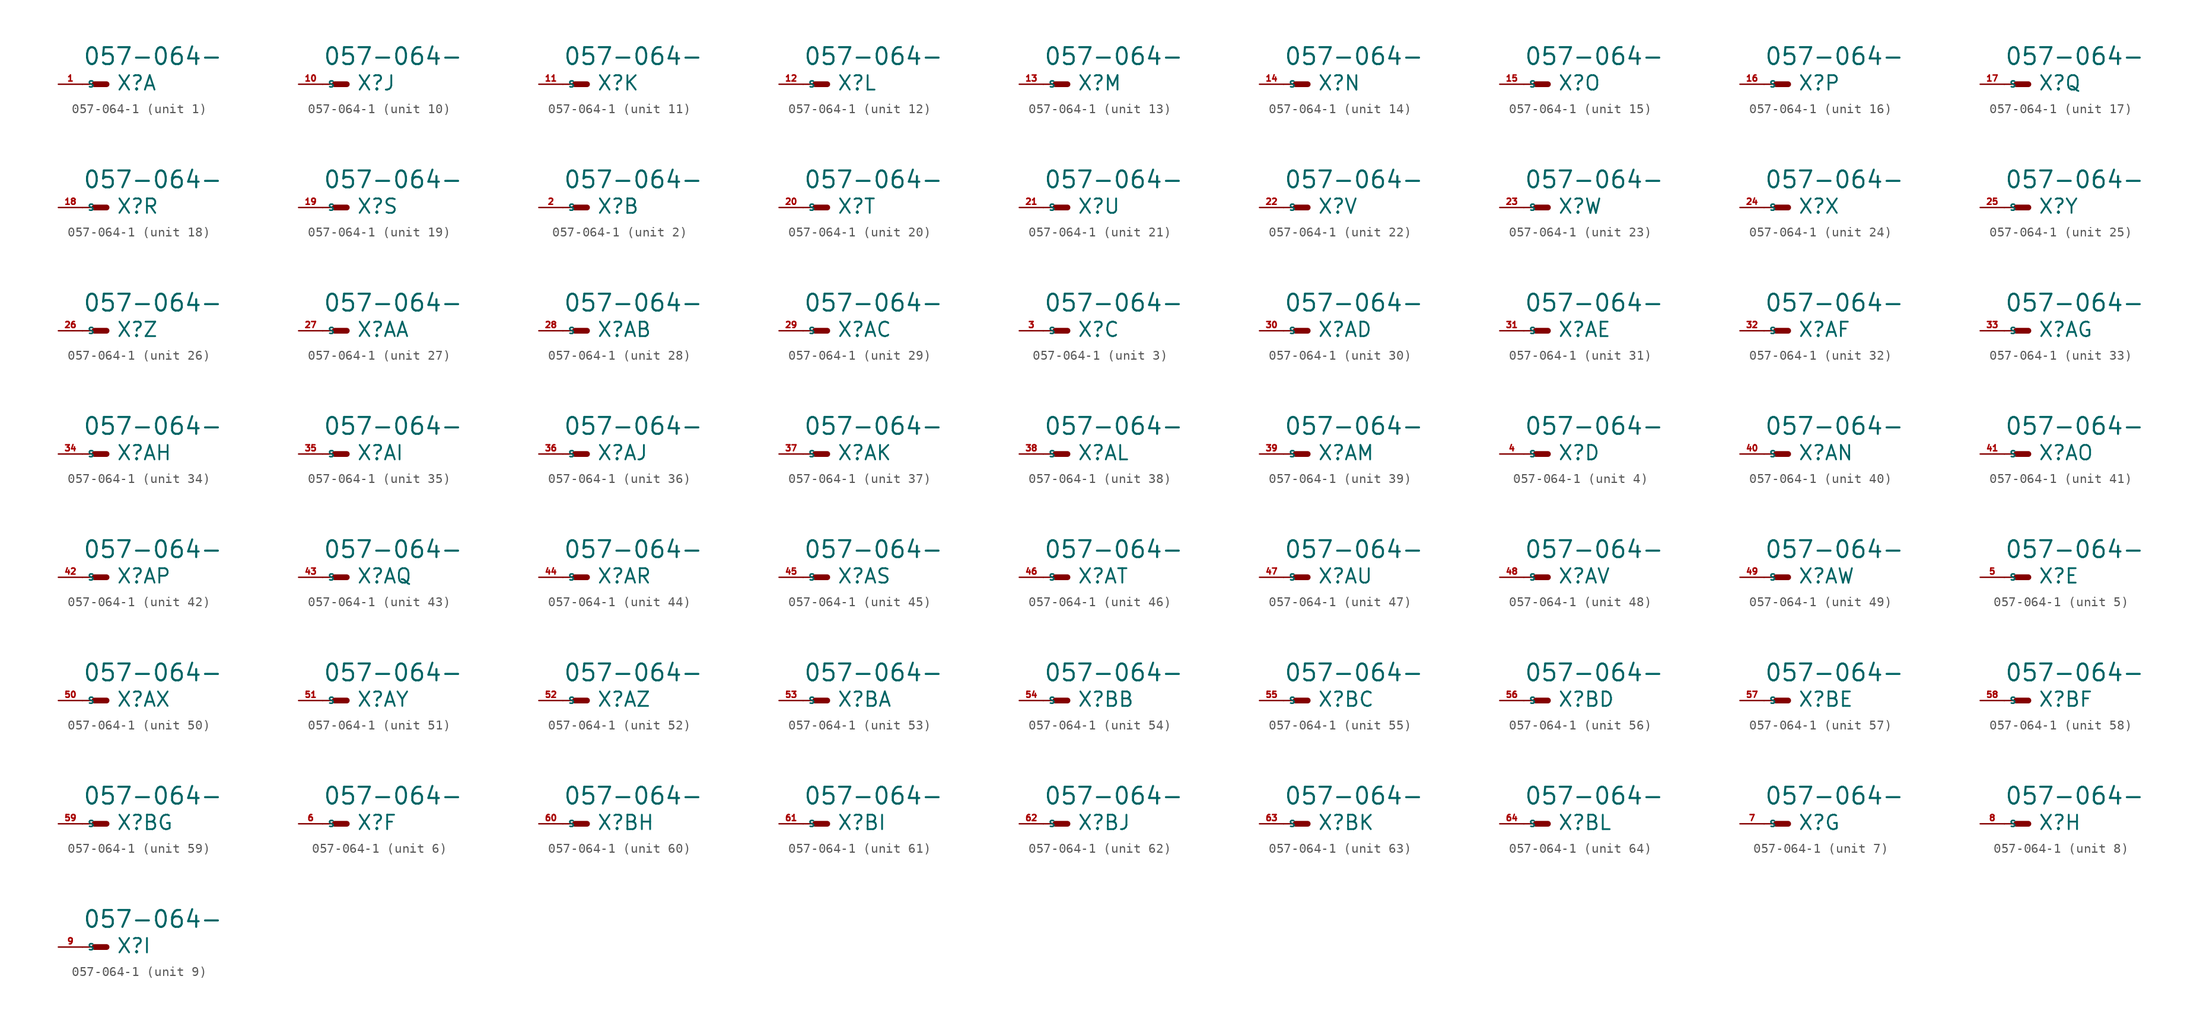
<source format=kicad_sym>
(kicad_symbol_lib
  (version 20220914)
  (generator Eagle2Kicad)
  (symbol "057-064-1"
    (property "Reference" "X"
      (at 1.016 -0.762 0)
      (effects (font (size 1.524 1.524) (thickness 0.19)) (justify left bottom)))
    (property "Value" "057-064-"
      (at -2.54 1.905 0)
      (effects (font (size 1.778 1.778) (thickness 0.22)) (justify left bottom)))
    (symbol "057-064-1_1_0"
      (polyline (pts (xy 0 0) (xy -1.27 0)) (stroke (width 0.61) (type default)) (fill (type none)))
      (polyline (pts (xy -2.54 0) (xy -1.27 0)) (stroke (width 0.152) (type default)) (fill (type none)))
      (pin passive line (at -5.08 0 0) (length 2.54) (name "S" (effects (font (size 0.635 0.635) (thickness 0.08)) (justify left bottom))) (number "1" (effects (font (size 0.635 0.635) (thickness 0.08)) (justify left bottom)))))
    (symbol "057-064-1_2_0"
      (polyline (pts (xy 0 0) (xy -1.27 0)) (stroke (width 0.61) (type default)) (fill (type none)))
      (polyline (pts (xy -2.54 0) (xy -1.27 0)) (stroke (width 0.152) (type default)) (fill (type none)))
      (pin passive line (at -5.08 0 0) (length 2.54) (name "S" (effects (font (size 0.635 0.635) (thickness 0.08)) (justify left bottom))) (number "2" (effects (font (size 0.635 0.635) (thickness 0.08)) (justify left bottom)))))
    (symbol "057-064-1_3_0"
      (polyline (pts (xy 0 0) (xy -1.27 0)) (stroke (width 0.61) (type default)) (fill (type none)))
      (polyline (pts (xy -2.54 0) (xy -1.27 0)) (stroke (width 0.152) (type default)) (fill (type none)))
      (pin passive line (at -5.08 0 0) (length 2.54) (name "S" (effects (font (size 0.635 0.635) (thickness 0.08)) (justify left bottom))) (number "3" (effects (font (size 0.635 0.635) (thickness 0.08)) (justify left bottom)))))
    (symbol "057-064-1_4_0"
      (polyline (pts (xy 0 0) (xy -1.27 0)) (stroke (width 0.61) (type default)) (fill (type none)))
      (polyline (pts (xy -2.54 0) (xy -1.27 0)) (stroke (width 0.152) (type default)) (fill (type none)))
      (pin passive line (at -5.08 0 0) (length 2.54) (name "S" (effects (font (size 0.635 0.635) (thickness 0.08)) (justify left bottom))) (number "4" (effects (font (size 0.635 0.635) (thickness 0.08)) (justify left bottom)))))
    (symbol "057-064-1_5_0"
      (polyline (pts (xy 0 0) (xy -1.27 0)) (stroke (width 0.61) (type default)) (fill (type none)))
      (polyline (pts (xy -2.54 0) (xy -1.27 0)) (stroke (width 0.152) (type default)) (fill (type none)))
      (pin passive line (at -5.08 0 0) (length 2.54) (name "S" (effects (font (size 0.635 0.635) (thickness 0.08)) (justify left bottom))) (number "5" (effects (font (size 0.635 0.635) (thickness 0.08)) (justify left bottom)))))
    (symbol "057-064-1_6_0"
      (polyline (pts (xy 0 0) (xy -1.27 0)) (stroke (width 0.61) (type default)) (fill (type none)))
      (polyline (pts (xy -2.54 0) (xy -1.27 0)) (stroke (width 0.152) (type default)) (fill (type none)))
      (pin passive line (at -5.08 0 0) (length 2.54) (name "S" (effects (font (size 0.635 0.635) (thickness 0.08)) (justify left bottom))) (number "6" (effects (font (size 0.635 0.635) (thickness 0.08)) (justify left bottom)))))
    (symbol "057-064-1_7_0"
      (polyline (pts (xy 0 0) (xy -1.27 0)) (stroke (width 0.61) (type default)) (fill (type none)))
      (polyline (pts (xy -2.54 0) (xy -1.27 0)) (stroke (width 0.152) (type default)) (fill (type none)))
      (pin passive line (at -5.08 0 0) (length 2.54) (name "S" (effects (font (size 0.635 0.635) (thickness 0.08)) (justify left bottom))) (number "7" (effects (font (size 0.635 0.635) (thickness 0.08)) (justify left bottom)))))
    (symbol "057-064-1_8_0"
      (polyline (pts (xy 0 0) (xy -1.27 0)) (stroke (width 0.61) (type default)) (fill (type none)))
      (polyline (pts (xy -2.54 0) (xy -1.27 0)) (stroke (width 0.152) (type default)) (fill (type none)))
      (pin passive line (at -5.08 0 0) (length 2.54) (name "S" (effects (font (size 0.635 0.635) (thickness 0.08)) (justify left bottom))) (number "8" (effects (font (size 0.635 0.635) (thickness 0.08)) (justify left bottom)))))
    (symbol "057-064-1_9_0"
      (polyline (pts (xy 0 0) (xy -1.27 0)) (stroke (width 0.61) (type default)) (fill (type none)))
      (polyline (pts (xy -2.54 0) (xy -1.27 0)) (stroke (width 0.152) (type default)) (fill (type none)))
      (pin passive line (at -5.08 0 0) (length 2.54) (name "S" (effects (font (size 0.635 0.635) (thickness 0.08)) (justify left bottom))) (number "9" (effects (font (size 0.635 0.635) (thickness 0.08)) (justify left bottom)))))
    (symbol "057-064-1_10_0"
      (polyline (pts (xy 0 0) (xy -1.27 0)) (stroke (width 0.61) (type default)) (fill (type none)))
      (polyline (pts (xy -2.54 0) (xy -1.27 0)) (stroke (width 0.152) (type default)) (fill (type none)))
      (pin passive line (at -5.08 0 0) (length 2.54) (name "S" (effects (font (size 0.635 0.635) (thickness 0.08)) (justify left bottom))) (number "10" (effects (font (size 0.635 0.635) (thickness 0.08)) (justify left bottom)))))
    (symbol "057-064-1_11_0"
      (polyline (pts (xy 0 0) (xy -1.27 0)) (stroke (width 0.61) (type default)) (fill (type none)))
      (polyline (pts (xy -2.54 0) (xy -1.27 0)) (stroke (width 0.152) (type default)) (fill (type none)))
      (pin passive line (at -5.08 0 0) (length 2.54) (name "S" (effects (font (size 0.635 0.635) (thickness 0.08)) (justify left bottom))) (number "11" (effects (font (size 0.635 0.635) (thickness 0.08)) (justify left bottom)))))
    (symbol "057-064-1_12_0"
      (polyline (pts (xy 0 0) (xy -1.27 0)) (stroke (width 0.61) (type default)) (fill (type none)))
      (polyline (pts (xy -2.54 0) (xy -1.27 0)) (stroke (width 0.152) (type default)) (fill (type none)))
      (pin passive line (at -5.08 0 0) (length 2.54) (name "S" (effects (font (size 0.635 0.635) (thickness 0.08)) (justify left bottom))) (number "12" (effects (font (size 0.635 0.635) (thickness 0.08)) (justify left bottom)))))
    (symbol "057-064-1_13_0"
      (polyline (pts (xy 0 0) (xy -1.27 0)) (stroke (width 0.61) (type default)) (fill (type none)))
      (polyline (pts (xy -2.54 0) (xy -1.27 0)) (stroke (width 0.152) (type default)) (fill (type none)))
      (pin passive line (at -5.08 0 0) (length 2.54) (name "S" (effects (font (size 0.635 0.635) (thickness 0.08)) (justify left bottom))) (number "13" (effects (font (size 0.635 0.635) (thickness 0.08)) (justify left bottom)))))
    (symbol "057-064-1_14_0"
      (polyline (pts (xy 0 0) (xy -1.27 0)) (stroke (width 0.61) (type default)) (fill (type none)))
      (polyline (pts (xy -2.54 0) (xy -1.27 0)) (stroke (width 0.152) (type default)) (fill (type none)))
      (pin passive line (at -5.08 0 0) (length 2.54) (name "S" (effects (font (size 0.635 0.635) (thickness 0.08)) (justify left bottom))) (number "14" (effects (font (size 0.635 0.635) (thickness 0.08)) (justify left bottom)))))
    (symbol "057-064-1_15_0"
      (polyline (pts (xy 0 0) (xy -1.27 0)) (stroke (width 0.61) (type default)) (fill (type none)))
      (polyline (pts (xy -2.54 0) (xy -1.27 0)) (stroke (width 0.152) (type default)) (fill (type none)))
      (pin passive line (at -5.08 0 0) (length 2.54) (name "S" (effects (font (size 0.635 0.635) (thickness 0.08)) (justify left bottom))) (number "15" (effects (font (size 0.635 0.635) (thickness 0.08)) (justify left bottom)))))
    (symbol "057-064-1_16_0"
      (polyline (pts (xy 0 0) (xy -1.27 0)) (stroke (width 0.61) (type default)) (fill (type none)))
      (polyline (pts (xy -2.54 0) (xy -1.27 0)) (stroke (width 0.152) (type default)) (fill (type none)))
      (pin passive line (at -5.08 0 0) (length 2.54) (name "S" (effects (font (size 0.635 0.635) (thickness 0.08)) (justify left bottom))) (number "16" (effects (font (size 0.635 0.635) (thickness 0.08)) (justify left bottom)))))
    (symbol "057-064-1_17_0"
      (polyline (pts (xy 0 0) (xy -1.27 0)) (stroke (width 0.61) (type default)) (fill (type none)))
      (polyline (pts (xy -2.54 0) (xy -1.27 0)) (stroke (width 0.152) (type default)) (fill (type none)))
      (pin passive line (at -5.08 0 0) (length 2.54) (name "S" (effects (font (size 0.635 0.635) (thickness 0.08)) (justify left bottom))) (number "17" (effects (font (size 0.635 0.635) (thickness 0.08)) (justify left bottom)))))
    (symbol "057-064-1_18_0"
      (polyline (pts (xy 0 0) (xy -1.27 0)) (stroke (width 0.61) (type default)) (fill (type none)))
      (polyline (pts (xy -2.54 0) (xy -1.27 0)) (stroke (width 0.152) (type default)) (fill (type none)))
      (pin passive line (at -5.08 0 0) (length 2.54) (name "S" (effects (font (size 0.635 0.635) (thickness 0.08)) (justify left bottom))) (number "18" (effects (font (size 0.635 0.635) (thickness 0.08)) (justify left bottom)))))
    (symbol "057-064-1_19_0"
      (polyline (pts (xy 0 0) (xy -1.27 0)) (stroke (width 0.61) (type default)) (fill (type none)))
      (polyline (pts (xy -2.54 0) (xy -1.27 0)) (stroke (width 0.152) (type default)) (fill (type none)))
      (pin passive line (at -5.08 0 0) (length 2.54) (name "S" (effects (font (size 0.635 0.635) (thickness 0.08)) (justify left bottom))) (number "19" (effects (font (size 0.635 0.635) (thickness 0.08)) (justify left bottom)))))
    (symbol "057-064-1_20_0"
      (polyline (pts (xy 0 0) (xy -1.27 0)) (stroke (width 0.61) (type default)) (fill (type none)))
      (polyline (pts (xy -2.54 0) (xy -1.27 0)) (stroke (width 0.152) (type default)) (fill (type none)))
      (pin passive line (at -5.08 0 0) (length 2.54) (name "S" (effects (font (size 0.635 0.635) (thickness 0.08)) (justify left bottom))) (number "20" (effects (font (size 0.635 0.635) (thickness 0.08)) (justify left bottom)))))
    (symbol "057-064-1_21_0"
      (polyline (pts (xy 0 0) (xy -1.27 0)) (stroke (width 0.61) (type default)) (fill (type none)))
      (polyline (pts (xy -2.54 0) (xy -1.27 0)) (stroke (width 0.152) (type default)) (fill (type none)))
      (pin passive line (at -5.08 0 0) (length 2.54) (name "S" (effects (font (size 0.635 0.635) (thickness 0.08)) (justify left bottom))) (number "21" (effects (font (size 0.635 0.635) (thickness 0.08)) (justify left bottom)))))
    (symbol "057-064-1_22_0"
      (polyline (pts (xy 0 0) (xy -1.27 0)) (stroke (width 0.61) (type default)) (fill (type none)))
      (polyline (pts (xy -2.54 0) (xy -1.27 0)) (stroke (width 0.152) (type default)) (fill (type none)))
      (pin passive line (at -5.08 0 0) (length 2.54) (name "S" (effects (font (size 0.635 0.635) (thickness 0.08)) (justify left bottom))) (number "22" (effects (font (size 0.635 0.635) (thickness 0.08)) (justify left bottom)))))
    (symbol "057-064-1_23_0"
      (polyline (pts (xy 0 0) (xy -1.27 0)) (stroke (width 0.61) (type default)) (fill (type none)))
      (polyline (pts (xy -2.54 0) (xy -1.27 0)) (stroke (width 0.152) (type default)) (fill (type none)))
      (pin passive line (at -5.08 0 0) (length 2.54) (name "S" (effects (font (size 0.635 0.635) (thickness 0.08)) (justify left bottom))) (number "23" (effects (font (size 0.635 0.635) (thickness 0.08)) (justify left bottom)))))
    (symbol "057-064-1_24_0"
      (polyline (pts (xy 0 0) (xy -1.27 0)) (stroke (width 0.61) (type default)) (fill (type none)))
      (polyline (pts (xy -2.54 0) (xy -1.27 0)) (stroke (width 0.152) (type default)) (fill (type none)))
      (pin passive line (at -5.08 0 0) (length 2.54) (name "S" (effects (font (size 0.635 0.635) (thickness 0.08)) (justify left bottom))) (number "24" (effects (font (size 0.635 0.635) (thickness 0.08)) (justify left bottom)))))
    (symbol "057-064-1_25_0"
      (polyline (pts (xy 0 0) (xy -1.27 0)) (stroke (width 0.61) (type default)) (fill (type none)))
      (polyline (pts (xy -2.54 0) (xy -1.27 0)) (stroke (width 0.152) (type default)) (fill (type none)))
      (pin passive line (at -5.08 0 0) (length 2.54) (name "S" (effects (font (size 0.635 0.635) (thickness 0.08)) (justify left bottom))) (number "25" (effects (font (size 0.635 0.635) (thickness 0.08)) (justify left bottom)))))
    (symbol "057-064-1_26_0"
      (polyline (pts (xy 0 0) (xy -1.27 0)) (stroke (width 0.61) (type default)) (fill (type none)))
      (polyline (pts (xy -2.54 0) (xy -1.27 0)) (stroke (width 0.152) (type default)) (fill (type none)))
      (pin passive line (at -5.08 0 0) (length 2.54) (name "S" (effects (font (size 0.635 0.635) (thickness 0.08)) (justify left bottom))) (number "26" (effects (font (size 0.635 0.635) (thickness 0.08)) (justify left bottom)))))
    (symbol "057-064-1_27_0"
      (polyline (pts (xy 0 0) (xy -1.27 0)) (stroke (width 0.61) (type default)) (fill (type none)))
      (polyline (pts (xy -2.54 0) (xy -1.27 0)) (stroke (width 0.152) (type default)) (fill (type none)))
      (pin passive line (at -5.08 0 0) (length 2.54) (name "S" (effects (font (size 0.635 0.635) (thickness 0.08)) (justify left bottom))) (number "27" (effects (font (size 0.635 0.635) (thickness 0.08)) (justify left bottom)))))
    (symbol "057-064-1_28_0"
      (polyline (pts (xy 0 0) (xy -1.27 0)) (stroke (width 0.61) (type default)) (fill (type none)))
      (polyline (pts (xy -2.54 0) (xy -1.27 0)) (stroke (width 0.152) (type default)) (fill (type none)))
      (pin passive line (at -5.08 0 0) (length 2.54) (name "S" (effects (font (size 0.635 0.635) (thickness 0.08)) (justify left bottom))) (number "28" (effects (font (size 0.635 0.635) (thickness 0.08)) (justify left bottom)))))
    (symbol "057-064-1_29_0"
      (polyline (pts (xy 0 0) (xy -1.27 0)) (stroke (width 0.61) (type default)) (fill (type none)))
      (polyline (pts (xy -2.54 0) (xy -1.27 0)) (stroke (width 0.152) (type default)) (fill (type none)))
      (pin passive line (at -5.08 0 0) (length 2.54) (name "S" (effects (font (size 0.635 0.635) (thickness 0.08)) (justify left bottom))) (number "29" (effects (font (size 0.635 0.635) (thickness 0.08)) (justify left bottom)))))
    (symbol "057-064-1_30_0"
      (polyline (pts (xy 0 0) (xy -1.27 0)) (stroke (width 0.61) (type default)) (fill (type none)))
      (polyline (pts (xy -2.54 0) (xy -1.27 0)) (stroke (width 0.152) (type default)) (fill (type none)))
      (pin passive line (at -5.08 0 0) (length 2.54) (name "S" (effects (font (size 0.635 0.635) (thickness 0.08)) (justify left bottom))) (number "30" (effects (font (size 0.635 0.635) (thickness 0.08)) (justify left bottom)))))
    (symbol "057-064-1_31_0"
      (polyline (pts (xy 0 0) (xy -1.27 0)) (stroke (width 0.61) (type default)) (fill (type none)))
      (polyline (pts (xy -2.54 0) (xy -1.27 0)) (stroke (width 0.152) (type default)) (fill (type none)))
      (pin passive line (at -5.08 0 0) (length 2.54) (name "S" (effects (font (size 0.635 0.635) (thickness 0.08)) (justify left bottom))) (number "31" (effects (font (size 0.635 0.635) (thickness 0.08)) (justify left bottom)))))
    (symbol "057-064-1_32_0"
      (polyline (pts (xy 0 0) (xy -1.27 0)) (stroke (width 0.61) (type default)) (fill (type none)))
      (polyline (pts (xy -2.54 0) (xy -1.27 0)) (stroke (width 0.152) (type default)) (fill (type none)))
      (pin passive line (at -5.08 0 0) (length 2.54) (name "S" (effects (font (size 0.635 0.635) (thickness 0.08)) (justify left bottom))) (number "32" (effects (font (size 0.635 0.635) (thickness 0.08)) (justify left bottom)))))
    (symbol "057-064-1_33_0"
      (polyline (pts (xy 0 0) (xy -1.27 0)) (stroke (width 0.61) (type default)) (fill (type none)))
      (polyline (pts (xy -2.54 0) (xy -1.27 0)) (stroke (width 0.152) (type default)) (fill (type none)))
      (pin passive line (at -5.08 0 0) (length 2.54) (name "S" (effects (font (size 0.635 0.635) (thickness 0.08)) (justify left bottom))) (number "33" (effects (font (size 0.635 0.635) (thickness 0.08)) (justify left bottom)))))
    (symbol "057-064-1_34_0"
      (polyline (pts (xy 0 0) (xy -1.27 0)) (stroke (width 0.61) (type default)) (fill (type none)))
      (polyline (pts (xy -2.54 0) (xy -1.27 0)) (stroke (width 0.152) (type default)) (fill (type none)))
      (pin passive line (at -5.08 0 0) (length 2.54) (name "S" (effects (font (size 0.635 0.635) (thickness 0.08)) (justify left bottom))) (number "34" (effects (font (size 0.635 0.635) (thickness 0.08)) (justify left bottom)))))
    (symbol "057-064-1_35_0"
      (polyline (pts (xy 0 0) (xy -1.27 0)) (stroke (width 0.61) (type default)) (fill (type none)))
      (polyline (pts (xy -2.54 0) (xy -1.27 0)) (stroke (width 0.152) (type default)) (fill (type none)))
      (pin passive line (at -5.08 0 0) (length 2.54) (name "S" (effects (font (size 0.635 0.635) (thickness 0.08)) (justify left bottom))) (number "35" (effects (font (size 0.635 0.635) (thickness 0.08)) (justify left bottom)))))
    (symbol "057-064-1_36_0"
      (polyline (pts (xy 0 0) (xy -1.27 0)) (stroke (width 0.61) (type default)) (fill (type none)))
      (polyline (pts (xy -2.54 0) (xy -1.27 0)) (stroke (width 0.152) (type default)) (fill (type none)))
      (pin passive line (at -5.08 0 0) (length 2.54) (name "S" (effects (font (size 0.635 0.635) (thickness 0.08)) (justify left bottom))) (number "36" (effects (font (size 0.635 0.635) (thickness 0.08)) (justify left bottom)))))
    (symbol "057-064-1_37_0"
      (polyline (pts (xy 0 0) (xy -1.27 0)) (stroke (width 0.61) (type default)) (fill (type none)))
      (polyline (pts (xy -2.54 0) (xy -1.27 0)) (stroke (width 0.152) (type default)) (fill (type none)))
      (pin passive line (at -5.08 0 0) (length 2.54) (name "S" (effects (font (size 0.635 0.635) (thickness 0.08)) (justify left bottom))) (number "37" (effects (font (size 0.635 0.635) (thickness 0.08)) (justify left bottom)))))
    (symbol "057-064-1_38_0"
      (polyline (pts (xy 0 0) (xy -1.27 0)) (stroke (width 0.61) (type default)) (fill (type none)))
      (polyline (pts (xy -2.54 0) (xy -1.27 0)) (stroke (width 0.152) (type default)) (fill (type none)))
      (pin passive line (at -5.08 0 0) (length 2.54) (name "S" (effects (font (size 0.635 0.635) (thickness 0.08)) (justify left bottom))) (number "38" (effects (font (size 0.635 0.635) (thickness 0.08)) (justify left bottom)))))
    (symbol "057-064-1_39_0"
      (polyline (pts (xy 0 0) (xy -1.27 0)) (stroke (width 0.61) (type default)) (fill (type none)))
      (polyline (pts (xy -2.54 0) (xy -1.27 0)) (stroke (width 0.152) (type default)) (fill (type none)))
      (pin passive line (at -5.08 0 0) (length 2.54) (name "S" (effects (font (size 0.635 0.635) (thickness 0.08)) (justify left bottom))) (number "39" (effects (font (size 0.635 0.635) (thickness 0.08)) (justify left bottom)))))
    (symbol "057-064-1_40_0"
      (polyline (pts (xy 0 0) (xy -1.27 0)) (stroke (width 0.61) (type default)) (fill (type none)))
      (polyline (pts (xy -2.54 0) (xy -1.27 0)) (stroke (width 0.152) (type default)) (fill (type none)))
      (pin passive line (at -5.08 0 0) (length 2.54) (name "S" (effects (font (size 0.635 0.635) (thickness 0.08)) (justify left bottom))) (number "40" (effects (font (size 0.635 0.635) (thickness 0.08)) (justify left bottom)))))
    (symbol "057-064-1_41_0"
      (polyline (pts (xy 0 0) (xy -1.27 0)) (stroke (width 0.61) (type default)) (fill (type none)))
      (polyline (pts (xy -2.54 0) (xy -1.27 0)) (stroke (width 0.152) (type default)) (fill (type none)))
      (pin passive line (at -5.08 0 0) (length 2.54) (name "S" (effects (font (size 0.635 0.635) (thickness 0.08)) (justify left bottom))) (number "41" (effects (font (size 0.635 0.635) (thickness 0.08)) (justify left bottom)))))
    (symbol "057-064-1_42_0"
      (polyline (pts (xy 0 0) (xy -1.27 0)) (stroke (width 0.61) (type default)) (fill (type none)))
      (polyline (pts (xy -2.54 0) (xy -1.27 0)) (stroke (width 0.152) (type default)) (fill (type none)))
      (pin passive line (at -5.08 0 0) (length 2.54) (name "S" (effects (font (size 0.635 0.635) (thickness 0.08)) (justify left bottom))) (number "42" (effects (font (size 0.635 0.635) (thickness 0.08)) (justify left bottom)))))
    (symbol "057-064-1_43_0"
      (polyline (pts (xy 0 0) (xy -1.27 0)) (stroke (width 0.61) (type default)) (fill (type none)))
      (polyline (pts (xy -2.54 0) (xy -1.27 0)) (stroke (width 0.152) (type default)) (fill (type none)))
      (pin passive line (at -5.08 0 0) (length 2.54) (name "S" (effects (font (size 0.635 0.635) (thickness 0.08)) (justify left bottom))) (number "43" (effects (font (size 0.635 0.635) (thickness 0.08)) (justify left bottom)))))
    (symbol "057-064-1_44_0"
      (polyline (pts (xy 0 0) (xy -1.27 0)) (stroke (width 0.61) (type default)) (fill (type none)))
      (polyline (pts (xy -2.54 0) (xy -1.27 0)) (stroke (width 0.152) (type default)) (fill (type none)))
      (pin passive line (at -5.08 0 0) (length 2.54) (name "S" (effects (font (size 0.635 0.635) (thickness 0.08)) (justify left bottom))) (number "44" (effects (font (size 0.635 0.635) (thickness 0.08)) (justify left bottom)))))
    (symbol "057-064-1_45_0"
      (polyline (pts (xy 0 0) (xy -1.27 0)) (stroke (width 0.61) (type default)) (fill (type none)))
      (polyline (pts (xy -2.54 0) (xy -1.27 0)) (stroke (width 0.152) (type default)) (fill (type none)))
      (pin passive line (at -5.08 0 0) (length 2.54) (name "S" (effects (font (size 0.635 0.635) (thickness 0.08)) (justify left bottom))) (number "45" (effects (font (size 0.635 0.635) (thickness 0.08)) (justify left bottom)))))
    (symbol "057-064-1_46_0"
      (polyline (pts (xy 0 0) (xy -1.27 0)) (stroke (width 0.61) (type default)) (fill (type none)))
      (polyline (pts (xy -2.54 0) (xy -1.27 0)) (stroke (width 0.152) (type default)) (fill (type none)))
      (pin passive line (at -5.08 0 0) (length 2.54) (name "S" (effects (font (size 0.635 0.635) (thickness 0.08)) (justify left bottom))) (number "46" (effects (font (size 0.635 0.635) (thickness 0.08)) (justify left bottom)))))
    (symbol "057-064-1_47_0"
      (polyline (pts (xy 0 0) (xy -1.27 0)) (stroke (width 0.61) (type default)) (fill (type none)))
      (polyline (pts (xy -2.54 0) (xy -1.27 0)) (stroke (width 0.152) (type default)) (fill (type none)))
      (pin passive line (at -5.08 0 0) (length 2.54) (name "S" (effects (font (size 0.635 0.635) (thickness 0.08)) (justify left bottom))) (number "47" (effects (font (size 0.635 0.635) (thickness 0.08)) (justify left bottom)))))
    (symbol "057-064-1_48_0"
      (polyline (pts (xy 0 0) (xy -1.27 0)) (stroke (width 0.61) (type default)) (fill (type none)))
      (polyline (pts (xy -2.54 0) (xy -1.27 0)) (stroke (width 0.152) (type default)) (fill (type none)))
      (pin passive line (at -5.08 0 0) (length 2.54) (name "S" (effects (font (size 0.635 0.635) (thickness 0.08)) (justify left bottom))) (number "48" (effects (font (size 0.635 0.635) (thickness 0.08)) (justify left bottom)))))
    (symbol "057-064-1_49_0"
      (polyline (pts (xy 0 0) (xy -1.27 0)) (stroke (width 0.61) (type default)) (fill (type none)))
      (polyline (pts (xy -2.54 0) (xy -1.27 0)) (stroke (width 0.152) (type default)) (fill (type none)))
      (pin passive line (at -5.08 0 0) (length 2.54) (name "S" (effects (font (size 0.635 0.635) (thickness 0.08)) (justify left bottom))) (number "49" (effects (font (size 0.635 0.635) (thickness 0.08)) (justify left bottom)))))
    (symbol "057-064-1_50_0"
      (polyline (pts (xy 0 0) (xy -1.27 0)) (stroke (width 0.61) (type default)) (fill (type none)))
      (polyline (pts (xy -2.54 0) (xy -1.27 0)) (stroke (width 0.152) (type default)) (fill (type none)))
      (pin passive line (at -5.08 0 0) (length 2.54) (name "S" (effects (font (size 0.635 0.635) (thickness 0.08)) (justify left bottom))) (number "50" (effects (font (size 0.635 0.635) (thickness 0.08)) (justify left bottom)))))
    (symbol "057-064-1_51_0"
      (polyline (pts (xy 0 0) (xy -1.27 0)) (stroke (width 0.61) (type default)) (fill (type none)))
      (polyline (pts (xy -2.54 0) (xy -1.27 0)) (stroke (width 0.152) (type default)) (fill (type none)))
      (pin passive line (at -5.08 0 0) (length 2.54) (name "S" (effects (font (size 0.635 0.635) (thickness 0.08)) (justify left bottom))) (number "51" (effects (font (size 0.635 0.635) (thickness 0.08)) (justify left bottom)))))
    (symbol "057-064-1_52_0"
      (polyline (pts (xy 0 0) (xy -1.27 0)) (stroke (width 0.61) (type default)) (fill (type none)))
      (polyline (pts (xy -2.54 0) (xy -1.27 0)) (stroke (width 0.152) (type default)) (fill (type none)))
      (pin passive line (at -5.08 0 0) (length 2.54) (name "S" (effects (font (size 0.635 0.635) (thickness 0.08)) (justify left bottom))) (number "52" (effects (font (size 0.635 0.635) (thickness 0.08)) (justify left bottom)))))
    (symbol "057-064-1_53_0"
      (polyline (pts (xy 0 0) (xy -1.27 0)) (stroke (width 0.61) (type default)) (fill (type none)))
      (polyline (pts (xy -2.54 0) (xy -1.27 0)) (stroke (width 0.152) (type default)) (fill (type none)))
      (pin passive line (at -5.08 0 0) (length 2.54) (name "S" (effects (font (size 0.635 0.635) (thickness 0.08)) (justify left bottom))) (number "53" (effects (font (size 0.635 0.635) (thickness 0.08)) (justify left bottom)))))
    (symbol "057-064-1_54_0"
      (polyline (pts (xy 0 0) (xy -1.27 0)) (stroke (width 0.61) (type default)) (fill (type none)))
      (polyline (pts (xy -2.54 0) (xy -1.27 0)) (stroke (width 0.152) (type default)) (fill (type none)))
      (pin passive line (at -5.08 0 0) (length 2.54) (name "S" (effects (font (size 0.635 0.635) (thickness 0.08)) (justify left bottom))) (number "54" (effects (font (size 0.635 0.635) (thickness 0.08)) (justify left bottom)))))
    (symbol "057-064-1_55_0"
      (polyline (pts (xy 0 0) (xy -1.27 0)) (stroke (width 0.61) (type default)) (fill (type none)))
      (polyline (pts (xy -2.54 0) (xy -1.27 0)) (stroke (width 0.152) (type default)) (fill (type none)))
      (pin passive line (at -5.08 0 0) (length 2.54) (name "S" (effects (font (size 0.635 0.635) (thickness 0.08)) (justify left bottom))) (number "55" (effects (font (size 0.635 0.635) (thickness 0.08)) (justify left bottom)))))
    (symbol "057-064-1_56_0"
      (polyline (pts (xy 0 0) (xy -1.27 0)) (stroke (width 0.61) (type default)) (fill (type none)))
      (polyline (pts (xy -2.54 0) (xy -1.27 0)) (stroke (width 0.152) (type default)) (fill (type none)))
      (pin passive line (at -5.08 0 0) (length 2.54) (name "S" (effects (font (size 0.635 0.635) (thickness 0.08)) (justify left bottom))) (number "56" (effects (font (size 0.635 0.635) (thickness 0.08)) (justify left bottom)))))
    (symbol "057-064-1_57_0"
      (polyline (pts (xy 0 0) (xy -1.27 0)) (stroke (width 0.61) (type default)) (fill (type none)))
      (polyline (pts (xy -2.54 0) (xy -1.27 0)) (stroke (width 0.152) (type default)) (fill (type none)))
      (pin passive line (at -5.08 0 0) (length 2.54) (name "S" (effects (font (size 0.635 0.635) (thickness 0.08)) (justify left bottom))) (number "57" (effects (font (size 0.635 0.635) (thickness 0.08)) (justify left bottom)))))
    (symbol "057-064-1_58_0"
      (polyline (pts (xy 0 0) (xy -1.27 0)) (stroke (width 0.61) (type default)) (fill (type none)))
      (polyline (pts (xy -2.54 0) (xy -1.27 0)) (stroke (width 0.152) (type default)) (fill (type none)))
      (pin passive line (at -5.08 0 0) (length 2.54) (name "S" (effects (font (size 0.635 0.635) (thickness 0.08)) (justify left bottom))) (number "58" (effects (font (size 0.635 0.635) (thickness 0.08)) (justify left bottom)))))
    (symbol "057-064-1_59_0"
      (polyline (pts (xy 0 0) (xy -1.27 0)) (stroke (width 0.61) (type default)) (fill (type none)))
      (polyline (pts (xy -2.54 0) (xy -1.27 0)) (stroke (width 0.152) (type default)) (fill (type none)))
      (pin passive line (at -5.08 0 0) (length 2.54) (name "S" (effects (font (size 0.635 0.635) (thickness 0.08)) (justify left bottom))) (number "59" (effects (font (size 0.635 0.635) (thickness 0.08)) (justify left bottom)))))
    (symbol "057-064-1_60_0"
      (polyline (pts (xy 0 0) (xy -1.27 0)) (stroke (width 0.61) (type default)) (fill (type none)))
      (polyline (pts (xy -2.54 0) (xy -1.27 0)) (stroke (width 0.152) (type default)) (fill (type none)))
      (pin passive line (at -5.08 0 0) (length 2.54) (name "S" (effects (font (size 0.635 0.635) (thickness 0.08)) (justify left bottom))) (number "60" (effects (font (size 0.635 0.635) (thickness 0.08)) (justify left bottom)))))
    (symbol "057-064-1_61_0"
      (polyline (pts (xy 0 0) (xy -1.27 0)) (stroke (width 0.61) (type default)) (fill (type none)))
      (polyline (pts (xy -2.54 0) (xy -1.27 0)) (stroke (width 0.152) (type default)) (fill (type none)))
      (pin passive line (at -5.08 0 0) (length 2.54) (name "S" (effects (font (size 0.635 0.635) (thickness 0.08)) (justify left bottom))) (number "61" (effects (font (size 0.635 0.635) (thickness 0.08)) (justify left bottom)))))
    (symbol "057-064-1_62_0"
      (polyline (pts (xy 0 0) (xy -1.27 0)) (stroke (width 0.61) (type default)) (fill (type none)))
      (polyline (pts (xy -2.54 0) (xy -1.27 0)) (stroke (width 0.152) (type default)) (fill (type none)))
      (pin passive line (at -5.08 0 0) (length 2.54) (name "S" (effects (font (size 0.635 0.635) (thickness 0.08)) (justify left bottom))) (number "62" (effects (font (size 0.635 0.635) (thickness 0.08)) (justify left bottom)))))
    (symbol "057-064-1_63_0"
      (polyline (pts (xy 0 0) (xy -1.27 0)) (stroke (width 0.61) (type default)) (fill (type none)))
      (polyline (pts (xy -2.54 0) (xy -1.27 0)) (stroke (width 0.152) (type default)) (fill (type none)))
      (pin passive line (at -5.08 0 0) (length 2.54) (name "S" (effects (font (size 0.635 0.635) (thickness 0.08)) (justify left bottom))) (number "63" (effects (font (size 0.635 0.635) (thickness 0.08)) (justify left bottom)))))
    (symbol "057-064-1_64_0"
      (polyline (pts (xy 0 0) (xy -1.27 0)) (stroke (width 0.61) (type default)) (fill (type none)))
      (polyline (pts (xy -2.54 0) (xy -1.27 0)) (stroke (width 0.152) (type default)) (fill (type none)))
      (pin passive line (at -5.08 0 0) (length 2.54) (name "S" (effects (font (size 0.635 0.635) (thickness 0.08)) (justify left bottom))) (number "64" (effects (font (size 0.635 0.635) (thickness 0.08)) (justify left bottom)))))))
</source>
